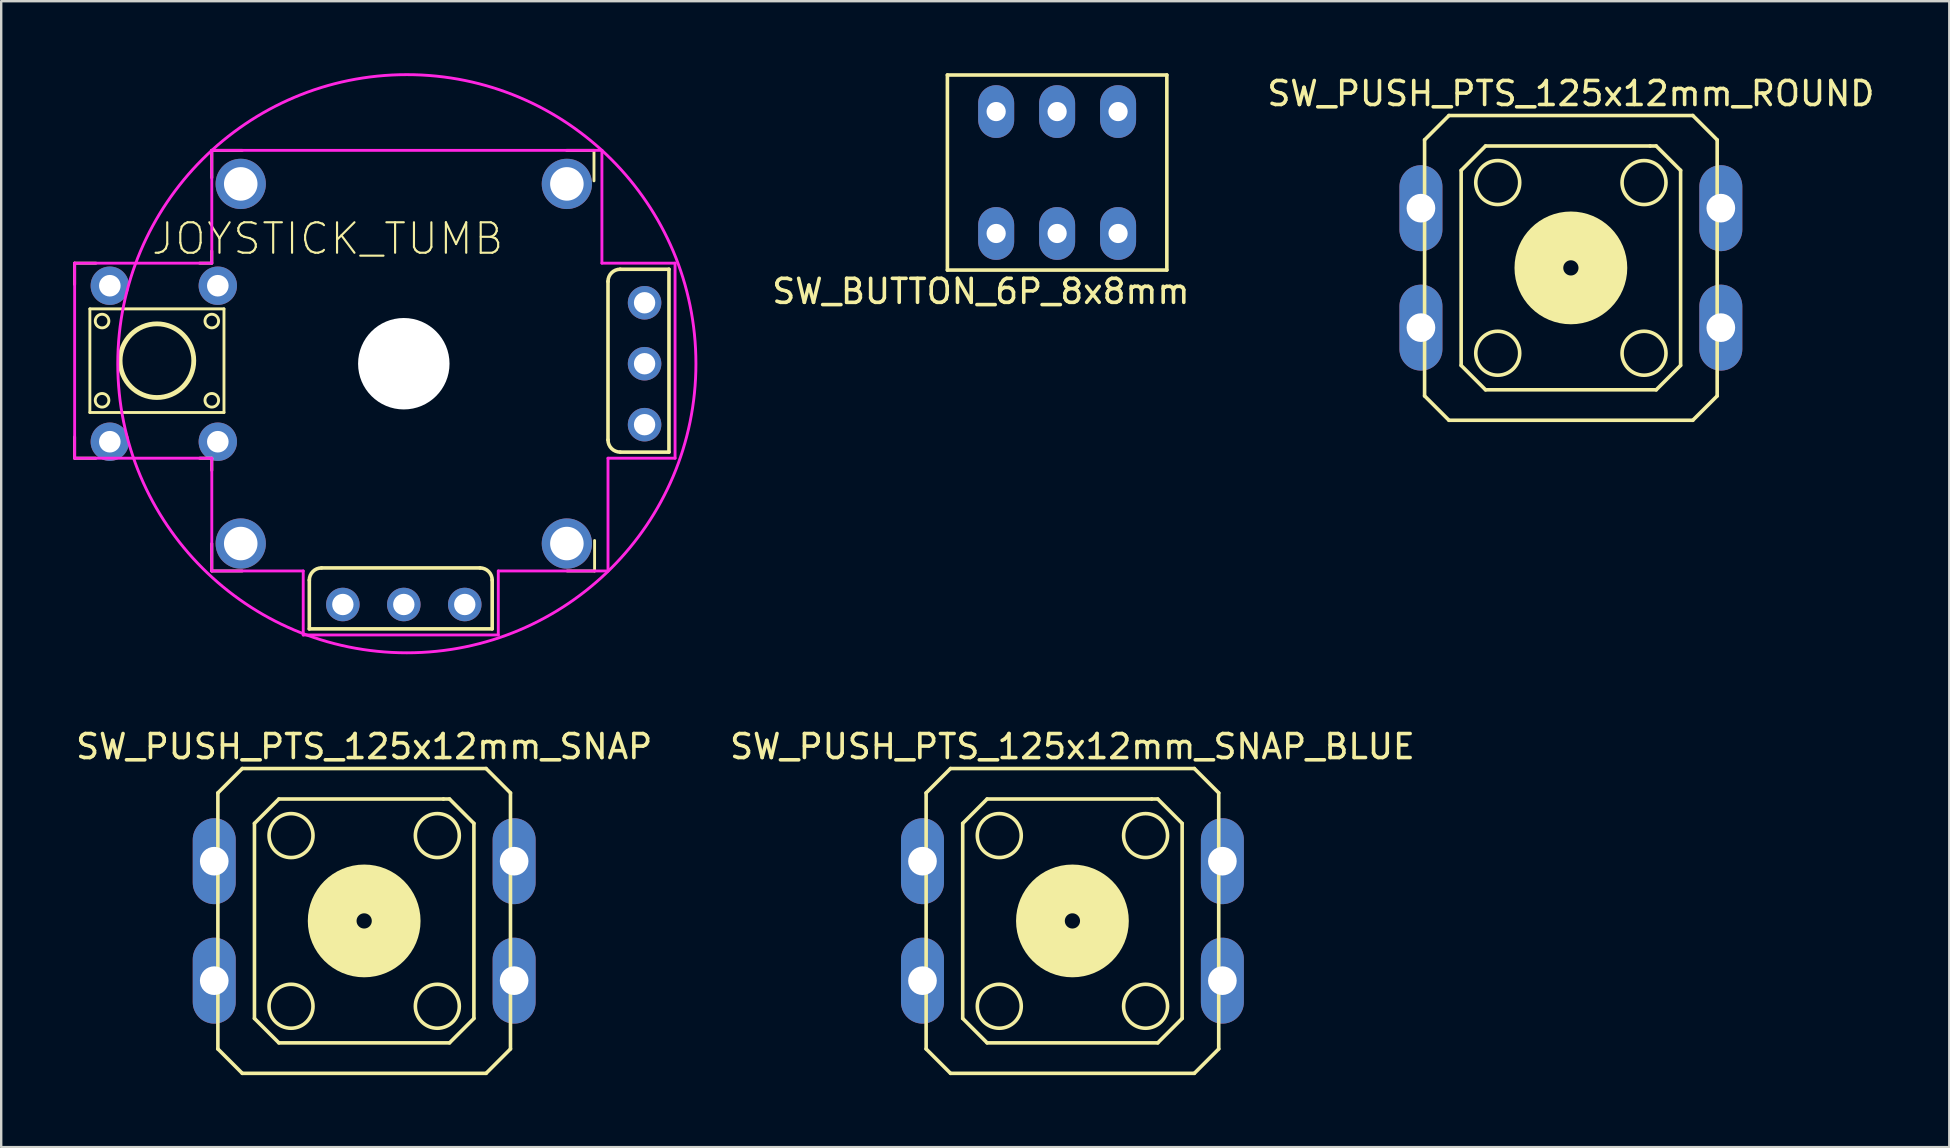
<source format=kicad_pcb>
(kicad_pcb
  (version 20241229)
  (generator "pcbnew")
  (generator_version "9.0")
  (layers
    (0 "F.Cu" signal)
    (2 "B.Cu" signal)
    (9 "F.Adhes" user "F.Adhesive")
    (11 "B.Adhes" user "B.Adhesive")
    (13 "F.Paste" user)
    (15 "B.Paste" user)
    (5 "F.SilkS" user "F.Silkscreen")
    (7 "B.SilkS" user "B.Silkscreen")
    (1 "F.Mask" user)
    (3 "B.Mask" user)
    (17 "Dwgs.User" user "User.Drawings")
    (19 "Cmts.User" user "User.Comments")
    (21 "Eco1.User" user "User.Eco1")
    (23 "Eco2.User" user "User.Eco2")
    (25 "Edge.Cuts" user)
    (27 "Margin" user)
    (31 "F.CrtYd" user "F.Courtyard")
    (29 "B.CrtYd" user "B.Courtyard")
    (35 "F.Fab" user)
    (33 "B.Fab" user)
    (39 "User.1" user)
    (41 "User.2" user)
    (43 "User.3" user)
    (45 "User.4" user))
  (footprint "SW_BUTTON_6P_8x8mm"
    (layer "F.Cu")
    (at 40.999 4.139)
    (property "Reference" "SW_BUTTON_6P_8x8mm" (at -3.175 4.953 0) (layer "F.SilkS") (effects (font (size 1 1) (thickness 0.15))))
    (attr through_hole)
    (fp_line (start -4.572 -4.064) (end 4.572 -4.064) (stroke (width 0.15) (type solid)) (layer "F.SilkS"))
    (fp_line (start -4.572 4.064) (end -4.572 -4.064) (stroke (width 0.15) (type solid)) (layer "F.SilkS"))
    (fp_line (start 4.572 -4.064) (end 4.572 4.064) (stroke (width 0.15) (type solid)) (layer "F.SilkS"))
    (fp_line (start 4.572 4.064) (end -4.572 4.064) (stroke (width 0.15) (type solid)) (layer "F.SilkS"))
    (pad "1" thru_hole oval (at -2.54 -2.54) (size 1.501 2.2) (drill 0.8) (layers "*.Cu" "*.Mask"))
    (pad "2" thru_hole oval (at 0 -2.54) (size 1.501 2.2) (drill 0.8) (layers "*.Cu" "*.Mask"))
    (pad "3" thru_hole oval (at 2.54 -2.54) (size 1.501 2.2) (drill 0.8) (layers "*.Cu" "*.Mask"))
    (pad "4" thru_hole oval (at -2.54 2.54) (size 1.501 2.2) (drill 0.8) (layers "*.Cu" "*.Mask"))
    (pad "5" thru_hole oval (at 0 2.54) (size 1.501 2.2) (drill 0.8) (layers "*.Cu" "*.Mask"))
    (pad "6" thru_hole oval (at 2.54 2.54) (size 1.501 2.2) (drill 0.8) (layers "*.Cu" "*.Mask")))
  (footprint "JOYSTICK_TUMB"
    (layer "F.Cu")
    (at 13.776 12.106)
    (property "Reference" "JOYSTICK_TUMB" (at -3.175 -5.207 180) (layer "F.SilkS") (effects (font (size 1.27 1.27) (thickness 0.089))))
    (attr through_hole)
    (fp_line (start -13.716 -4.191) (end -12.827 -4.191) (stroke (width 0.12) (type solid)) (layer "F.SilkS"))
    (fp_line (start -13.716 -3.302) (end -13.716 -4.191) (stroke (width 0.12) (type solid)) (layer "F.SilkS"))
    (fp_line (start -13.716 3.937) (end -13.716 3.048) (stroke (width 0.12) (type solid)) (layer "F.SilkS"))
    (fp_line (start -13.081 -2.286) (end -13.081 2.032) (stroke (width 0.12) (type solid)) (layer "F.SilkS"))
    (fp_line (start -13.081 2.032) (end -7.493 2.032) (stroke (width 0.12) (type solid)) (layer "F.SilkS"))
    (fp_line (start -12.827 3.937) (end -13.716 3.937) (stroke (width 0.12) (type solid)) (layer "F.SilkS"))
    (fp_line (start -8.509 -4.191) (end -8.001 -4.191) (stroke (width 0.12) (type solid)) (layer "F.SilkS"))
    (fp_line (start -8.509 3.937) (end -8.001 3.937) (stroke (width 0.12) (type solid)) (layer "F.SilkS"))
    (fp_line (start -8.001 -8.89) (end -8.001 -7.747) (stroke (width 0.12) (type solid)) (layer "F.SilkS"))
    (fp_line (start -8.001 -8.89) (end -6.731 -8.89) (stroke (width 0.12) (type solid)) (layer "F.SilkS"))
    (fp_line (start -8.001 -4.191) (end -8.001 -4.699) (stroke (width 0.12) (type solid)) (layer "F.SilkS"))
    (fp_line (start -8.001 3.937) (end -8.001 4.445) (stroke (width 0.12) (type solid)) (layer "F.SilkS"))
    (fp_line (start -8.001 8.636) (end -8.001 7.493) (stroke (width 0.12) (type solid)) (layer "F.SilkS"))
    (fp_line (start -7.493 -2.286) (end -13.081 -2.286) (stroke (width 0.12) (type solid)) (layer "F.SilkS"))
    (fp_line (start -7.493 2.032) (end -7.493 -2.286) (stroke (width 0.12) (type solid)) (layer "F.SilkS"))
    (fp_line (start -6.731 8.636) (end -8.001 8.636) (stroke (width 0.12) (type solid)) (layer "F.SilkS"))
    (fp_line (start -3.937 11.049) (end -3.937 9.017) (stroke (width 0.15) (type solid)) (layer "F.SilkS"))
    (fp_line (start -3.937 11.049) (end 3.683 11.049) (stroke (width 0.15) (type solid)) (layer "F.SilkS"))
    (fp_line (start 3.175 8.509) (end -3.429 8.509) (stroke (width 0.15) (type solid)) (layer "F.SilkS"))
    (fp_line (start 3.683 11.049) (end 3.683 9.017) (stroke (width 0.15) (type solid)) (layer "F.SilkS"))
    (fp_line (start 6.782 -8.89) (end 7.925 -8.89) (stroke (width 0.12) (type solid)) (layer "F.SilkS"))
    (fp_line (start 6.807 8.636) (end 7.95 8.636) (stroke (width 0.12) (type solid)) (layer "F.SilkS"))
    (fp_line (start 7.925 -8.89) (end 7.925 -7.62) (stroke (width 0.12) (type solid)) (layer "F.SilkS"))
    (fp_line (start 7.95 8.636) (end 7.95 7.366) (stroke (width 0.12) (type solid)) (layer "F.SilkS"))
    (fp_line (start 8.509 -3.429) (end 8.509 3.175) (stroke (width 0.15) (type solid)) (layer "F.SilkS"))
    (fp_line (start 11.049 -3.937) (end 9.017 -3.937) (stroke (width 0.15) (type solid)) (layer "F.SilkS"))
    (fp_line (start 11.049 3.683) (end 9.017 3.683) (stroke (width 0.15) (type solid)) (layer "F.SilkS"))
    (fp_line (start 11.049 3.683) (end 11.049 -3.937) (stroke (width 0.15) (type solid)) (layer "F.SilkS"))
    (fp_arc (start -3.937 9.017) (mid -3.78821 8.65779) (end -3.429 8.509) (stroke (width 0.15) (type solid)) (layer "F.SilkS"))
    (fp_arc (start 3.175 8.509) (mid 3.53421 8.65779) (end 3.683 9.017) (stroke (width 0.15) (type solid)) (layer "F.SilkS"))
    (fp_arc (start 8.509 -3.429) (mid 8.65779 -3.78821) (end 9.017 -3.937) (stroke (width 0.15) (type solid)) (layer "F.SilkS"))
    (fp_arc (start 9.017 3.683) (mid 8.65779 3.53421) (end 8.509 3.175) (stroke (width 0.15) (type solid)) (layer "F.SilkS"))
    (fp_circle (center -12.573 -1.778) (end -12.319 -1.651) (stroke (width 0.12) (type solid)) (fill no) (layer "F.SilkS"))
    (fp_circle (center -12.573 1.524) (end -12.319 1.651) (stroke (width 0.12) (type solid)) (fill no) (layer "F.SilkS"))
    (fp_circle (center -10.287 -0.127) (end -8.752 -0.127) (stroke (width 0.2) (type solid)) (fill no) (layer "F.SilkS"))
    (fp_circle (center -8.001 -1.778) (end -7.747 -1.651) (stroke (width 0.12) (type solid)) (fill no) (layer "F.SilkS"))
    (fp_circle (center -8.001 1.524) (end -7.747 1.651) (stroke (width 0.12) (type solid)) (fill no) (layer "F.SilkS"))
    (fp_line (start -13.716 -4.191) (end -8.001 -4.191) (stroke (width 0.12) (type solid)) (layer "F.CrtYd"))
    (fp_line (start -13.716 3.937) (end -13.716 -4.191) (stroke (width 0.12) (type solid)) (layer "F.CrtYd"))
    (fp_line (start -8.001 -8.89) (end 8.255 -8.89) (stroke (width 0.12) (type solid)) (layer "F.CrtYd"))
    (fp_line (start -8.001 -4.191) (end -8.001 -8.89) (stroke (width 0.12) (type solid)) (layer "F.CrtYd"))
    (fp_line (start -8.001 3.937) (end -13.716 3.937) (stroke (width 0.12) (type solid)) (layer "F.CrtYd"))
    (fp_line (start -8.001 8.636) (end -8.001 3.937) (stroke (width 0.12) (type solid)) (layer "F.CrtYd"))
    (fp_line (start -4.191 8.636) (end -8.001 8.636) (stroke (width 0.12) (type solid)) (layer "F.CrtYd"))
    (fp_line (start -4.191 11.303) (end -4.191 8.636) (stroke (width 0.12) (type solid)) (layer "F.CrtYd"))
    (fp_line (start 3.937 8.636) (end 3.937 11.303) (stroke (width 0.12) (type solid)) (layer "F.CrtYd"))
    (fp_line (start 3.937 11.303) (end -4.191 11.303) (stroke (width 0.12) (type solid)) (layer "F.CrtYd"))
    (fp_line (start 8.255 -8.89) (end 8.255 -4.191) (stroke (width 0.12) (type solid)) (layer "F.CrtYd"))
    (fp_line (start 8.255 -4.191) (end 11.303 -4.191) (stroke (width 0.12) (type solid)) (layer "F.CrtYd"))
    (fp_line (start 8.509 3.937) (end 8.509 8.636) (stroke (width 0.12) (type solid)) (layer "F.CrtYd"))
    (fp_line (start 8.509 8.636) (end 3.937 8.636) (stroke (width 0.12) (type solid)) (layer "F.CrtYd"))
    (fp_line (start 11.303 -4.191) (end 11.303 3.937) (stroke (width 0.12) (type solid)) (layer "F.CrtYd"))
    (fp_line (start 11.303 3.937) (end 8.509 3.937) (stroke (width 0.12) (type solid)) (layer "F.CrtYd"))
    (fp_circle (center 0.127 0) (end -8.001 -8.89) (stroke (width 0.12) (type solid)) (fill no) (layer "F.CrtYd"))
    (pad "" np_thru_hole circle (at 0 0 90) (size 3.81 3.81) (drill 3.81) (layers "*.Cu" "*.Mask"))
    (pad "1" thru_hole circle (at -2.54 10.033 90) (size 1.397 1.397) (drill 0.889) (layers "*.Cu" "*.Mask"))
    (pad "2" thru_hole circle (at 0 10.033 90) (size 1.397 1.397) (drill 0.889) (layers "*.Cu" "*.Mask"))
    (pad "3" thru_hole circle (at 2.54 10.033 90) (size 1.397 1.397) (drill 0.889) (layers "*.Cu" "*.Mask"))
    (pad "4" thru_hole circle (at 10.033 2.54 90) (size 1.397 1.397) (drill 0.889) (layers "*.Cu" "*.Mask"))
    (pad "5" thru_hole circle (at 10.033 0 90) (size 1.397 1.397) (drill 0.889) (layers "*.Cu" "*.Mask"))
    (pad "6" thru_hole circle (at 10.033 -2.54 90) (size 1.397 1.397) (drill 0.889) (layers "*.Cu" "*.Mask"))
    (pad "7" thru_hole circle (at -12.25 3.25 90) (size 1.6 1.6) (drill 0.899) (layers "*.Cu" "*.Mask"))
    (pad "7" thru_hole circle (at -7.75 3.25 90) (size 1.6 1.6) (drill 0.899) (layers "*.Cu" "*.Mask"))
    (pad "8" thru_hole circle (at -12.25 -3.25 90) (size 1.6 1.6) (drill 0.899) (layers "*.Cu" "*.Mask"))
    (pad "8" thru_hole circle (at -7.75 -3.25 90) (size 1.6 1.6) (drill 0.899) (layers "*.Cu" "*.Mask"))
    (pad "9" thru_hole circle (at -6.795 -7.493 90) (size 2.095 2.095) (drill 1.397) (layers "*.Cu" "*.Mask"))
    (pad "9" thru_hole circle (at -6.795 7.493 90) (size 2.095 2.095) (drill 1.397) (layers "*.Cu" "*.Mask"))
    (pad "9" thru_hole circle (at 6.795 -7.493 90) (size 2.095 2.095) (drill 1.397) (layers "*.Cu" "*.Mask"))
    (pad "9" thru_hole circle (at 6.795 7.493 90) (size 2.095 2.095) (drill 1.397) (layers "*.Cu" "*.Mask")))
  (footprint "SW_PUSH_PTS_125x12mm_SNAP"
    (layer "F.Cu")
    (at 12.125 35.324)
    (property "Reference" "SW_PUSH_PTS_125x12mm_SNAP" (at 0 -7.264 0) (layer "F.SilkS") (effects (font (size 1 1) (thickness 0.15))))
    (attr through_hole)
    (fp_line (start -6.096 -5.334) (end -6.096 5.334) (stroke (width 0.15) (type solid)) (layer "F.SilkS"))
    (fp_line (start -6.096 -5.334) (end -5.08 -6.35) (stroke (width 0.15) (type solid)) (layer "F.SilkS"))
    (fp_line (start -5.08 -6.35) (end 5.08 -6.35) (stroke (width 0.15) (type solid)) (layer "F.SilkS"))
    (fp_line (start -5.08 6.35) (end -6.096 5.334) (stroke (width 0.15) (type solid)) (layer "F.SilkS"))
    (fp_line (start -5.08 6.35) (end 5.08 6.35) (stroke (width 0.15) (type solid)) (layer "F.SilkS"))
    (fp_line (start -4.572 -4.064) (end -4.572 4.064) (stroke (width 0.15) (type solid)) (layer "F.SilkS"))
    (fp_line (start -4.572 -4.064) (end -3.556 -5.08) (stroke (width 0.15) (type solid)) (layer "F.SilkS"))
    (fp_line (start -4.572 4.064) (end -3.556 5.08) (stroke (width 0.15) (type solid)) (layer "F.SilkS"))
    (fp_line (start -3.556 -5.08) (end 3.302 -5.08) (stroke (width 0.15) (type solid)) (layer "F.SilkS"))
    (fp_line (start 3.302 -5.08) (end 3.556 -5.08) (stroke (width 0.15) (type solid)) (layer "F.SilkS"))
    (fp_line (start 3.556 -5.08) (end 4.572 -4.064) (stroke (width 0.15) (type solid)) (layer "F.SilkS"))
    (fp_line (start 3.556 5.08) (end -3.556 5.08) (stroke (width 0.15) (type solid)) (layer "F.SilkS"))
    (fp_line (start 4.572 4.064) (end 3.556 5.08) (stroke (width 0.15) (type solid)) (layer "F.SilkS"))
    (fp_line (start 4.572 4.064) (end 4.572 -4.064) (stroke (width 0.15) (type solid)) (layer "F.SilkS"))
    (fp_line (start 5.08 6.35) (end 6.096 5.334) (stroke (width 0.15) (type solid)) (layer "F.SilkS"))
    (fp_line (start 6.096 -5.334) (end 5.08 -6.35) (stroke (width 0.15) (type solid)) (layer "F.SilkS"))
    (fp_line (start 6.096 5.334) (end 6.096 -5.334) (stroke (width 0.15) (type solid)) (layer "F.SilkS"))
    (fp_circle (center -3.048 -3.556) (end -2.54 -2.794) (stroke (width 0.15) (type solid)) (fill no) (layer "F.SilkS"))
    (fp_circle (center -3.048 3.556) (end -2.286 3.048) (stroke (width 0.15) (type solid)) (fill no) (layer "F.SilkS"))
    (fp_circle (center 0 0) (end 1.333 0) (stroke (width 2.032) (type solid)) (fill no) (layer "F.SilkS"))
    (fp_circle (center 3.048 -3.556) (end 2.286 -3.048) (stroke (width 0.15) (type solid)) (fill no) (layer "F.SilkS"))
    (fp_circle (center 3.048 3.556) (end 2.286 3.048) (stroke (width 0.15) (type solid)) (fill no) (layer "F.SilkS"))
    (pad "1" thru_hole oval (at -6.248 -2.489) (size 1.791 3.581) (drill 1.194) (layers "*.Cu" "*.Mask"))
    (pad "2" thru_hole oval (at 6.248 -2.489) (size 1.791 3.581) (drill 1.194) (layers "*.Cu" "*.Mask"))
    (pad "3" thru_hole oval (at -6.248 2.489) (size 1.791 3.581) (drill 1.194) (layers "*.Cu" "*.Mask"))
    (pad "4" thru_hole oval (at 6.248 2.489) (size 1.791 3.581) (drill 1.194) (layers "*.Cu" "*.Mask")))
  (footprint "SW_PUSH_PTS_125x12mm_ROUND"
    (layer "F.Cu")
    (at 62.407 8.113)
    (property "Reference" "SW_PUSH_PTS_125x12mm_ROUND" (at 0 -7.264 0) (layer "F.SilkS") (effects (font (size 1 1) (thickness 0.15))))
    (attr through_hole)
    (fp_line (start -6.096 -5.334) (end -6.096 5.334) (stroke (width 0.15) (type solid)) (layer "F.SilkS"))
    (fp_line (start -6.096 -5.334) (end -5.08 -6.35) (stroke (width 0.15) (type solid)) (layer "F.SilkS"))
    (fp_line (start -5.08 -6.35) (end 5.08 -6.35) (stroke (width 0.15) (type solid)) (layer "F.SilkS"))
    (fp_line (start -5.08 6.35) (end -6.096 5.334) (stroke (width 0.15) (type solid)) (layer "F.SilkS"))
    (fp_line (start -5.08 6.35) (end 5.08 6.35) (stroke (width 0.15) (type solid)) (layer "F.SilkS"))
    (fp_line (start -4.572 -4.064) (end -4.572 4.064) (stroke (width 0.15) (type solid)) (layer "F.SilkS"))
    (fp_line (start -4.572 -4.064) (end -3.556 -5.08) (stroke (width 0.15) (type solid)) (layer "F.SilkS"))
    (fp_line (start -4.572 4.064) (end -3.556 5.08) (stroke (width 0.15) (type solid)) (layer "F.SilkS"))
    (fp_line (start -3.556 -5.08) (end 3.302 -5.08) (stroke (width 0.15) (type solid)) (layer "F.SilkS"))
    (fp_line (start 3.302 -5.08) (end 3.556 -5.08) (stroke (width 0.15) (type solid)) (layer "F.SilkS"))
    (fp_line (start 3.556 -5.08) (end 4.572 -4.064) (stroke (width 0.15) (type solid)) (layer "F.SilkS"))
    (fp_line (start 3.556 5.08) (end -3.556 5.08) (stroke (width 0.15) (type solid)) (layer "F.SilkS"))
    (fp_line (start 4.572 4.064) (end 3.556 5.08) (stroke (width 0.15) (type solid)) (layer "F.SilkS"))
    (fp_line (start 4.572 4.064) (end 4.572 -4.064) (stroke (width 0.15) (type solid)) (layer "F.SilkS"))
    (fp_line (start 5.08 6.35) (end 6.096 5.334) (stroke (width 0.15) (type solid)) (layer "F.SilkS"))
    (fp_line (start 6.096 -5.334) (end 5.08 -6.35) (stroke (width 0.15) (type solid)) (layer "F.SilkS"))
    (fp_line (start 6.096 5.334) (end 6.096 -5.334) (stroke (width 0.15) (type solid)) (layer "F.SilkS"))
    (fp_circle (center -3.048 -3.556) (end -2.54 -2.794) (stroke (width 0.15) (type solid)) (fill no) (layer "F.SilkS"))
    (fp_circle (center -3.048 3.556) (end -2.286 3.048) (stroke (width 0.15) (type solid)) (fill no) (layer "F.SilkS"))
    (fp_circle (center 0 0) (end 1.333 0) (stroke (width 2.032) (type solid)) (fill no) (layer "F.SilkS"))
    (fp_circle (center 3.048 -3.556) (end 2.286 -3.048) (stroke (width 0.15) (type solid)) (fill no) (layer "F.SilkS"))
    (fp_circle (center 3.048 3.556) (end 2.286 3.048) (stroke (width 0.15) (type solid)) (fill no) (layer "F.SilkS"))
    (pad "1" thru_hole oval (at -6.248 -2.489) (size 1.791 3.581) (drill 1.194) (layers "*.Cu" "*.Mask"))
    (pad "2" thru_hole oval (at 6.248 -2.489) (size 1.791 3.581) (drill 1.194) (layers "*.Cu" "*.Mask"))
    (pad "3" thru_hole oval (at -6.248 2.489) (size 1.791 3.581) (drill 1.194) (layers "*.Cu" "*.Mask"))
    (pad "4" thru_hole oval (at 6.248 2.489) (size 1.791 3.581) (drill 1.194) (layers "*.Cu" "*.Mask")))
  (footprint "SW_PUSH_PTS_125x12mm_SNAP_BLUE"
    (layer "F.Cu")
    (at 41.637 35.324)
    (property "Reference" "SW_PUSH_PTS_125x12mm_SNAP_BLUE" (at 0 -7.264 0) (layer "F.SilkS") (effects (font (size 1 1) (thickness 0.15))))
    (attr through_hole)
    (fp_line (start -6.096 -5.334) (end -6.096 5.334) (stroke (width 0.15) (type solid)) (layer "F.SilkS"))
    (fp_line (start -6.096 -5.334) (end -5.08 -6.35) (stroke (width 0.15) (type solid)) (layer "F.SilkS"))
    (fp_line (start -5.08 -6.35) (end 5.08 -6.35) (stroke (width 0.15) (type solid)) (layer "F.SilkS"))
    (fp_line (start -5.08 6.35) (end -6.096 5.334) (stroke (width 0.15) (type solid)) (layer "F.SilkS"))
    (fp_line (start -5.08 6.35) (end 5.08 6.35) (stroke (width 0.15) (type solid)) (layer "F.SilkS"))
    (fp_line (start -4.572 -4.064) (end -4.572 4.064) (stroke (width 0.15) (type solid)) (layer "F.SilkS"))
    (fp_line (start -4.572 -4.064) (end -3.556 -5.08) (stroke (width 0.15) (type solid)) (layer "F.SilkS"))
    (fp_line (start -4.572 4.064) (end -3.556 5.08) (stroke (width 0.15) (type solid)) (layer "F.SilkS"))
    (fp_line (start -3.556 -5.08) (end 3.302 -5.08) (stroke (width 0.15) (type solid)) (layer "F.SilkS"))
    (fp_line (start 3.302 -5.08) (end 3.556 -5.08) (stroke (width 0.15) (type solid)) (layer "F.SilkS"))
    (fp_line (start 3.556 -5.08) (end 4.572 -4.064) (stroke (width 0.15) (type solid)) (layer "F.SilkS"))
    (fp_line (start 3.556 5.08) (end -3.556 5.08) (stroke (width 0.15) (type solid)) (layer "F.SilkS"))
    (fp_line (start 4.572 4.064) (end 3.556 5.08) (stroke (width 0.15) (type solid)) (layer "F.SilkS"))
    (fp_line (start 4.572 4.064) (end 4.572 -4.064) (stroke (width 0.15) (type solid)) (layer "F.SilkS"))
    (fp_line (start 5.08 6.35) (end 6.096 5.334) (stroke (width 0.15) (type solid)) (layer "F.SilkS"))
    (fp_line (start 6.096 -5.334) (end 5.08 -6.35) (stroke (width 0.15) (type solid)) (layer "F.SilkS"))
    (fp_line (start 6.096 5.334) (end 6.096 -5.334) (stroke (width 0.15) (type solid)) (layer "F.SilkS"))
    (fp_circle (center -3.048 -3.556) (end -2.54 -2.794) (stroke (width 0.15) (type solid)) (fill no) (layer "F.SilkS"))
    (fp_circle (center -3.048 3.556) (end -2.286 3.048) (stroke (width 0.15) (type solid)) (fill no) (layer "F.SilkS"))
    (fp_circle (center 0 0) (end 1.333 0) (stroke (width 2.032) (type solid)) (fill no) (layer "F.SilkS"))
    (fp_circle (center 3.048 -3.556) (end 2.286 -3.048) (stroke (width 0.15) (type solid)) (fill no) (layer "F.SilkS"))
    (fp_circle (center 3.048 3.556) (end 2.286 3.048) (stroke (width 0.15) (type solid)) (fill no) (layer "F.SilkS"))
    (pad "1" thru_hole oval (at -6.248 -2.489) (size 1.791 3.581) (drill 1.194) (layers "*.Cu" "*.Mask"))
    (pad "2" thru_hole oval (at 6.248 -2.489) (size 1.791 3.581) (drill 1.194) (layers "*.Cu" "*.Mask"))
    (pad "3" thru_hole oval (at -6.248 2.489) (size 1.791 3.581) (drill 1.194) (layers "*.Cu" "*.Mask"))
    (pad "4" thru_hole oval (at 6.248 2.489) (size 1.791 3.581) (drill 1.194) (layers "*.Cu" "*.Mask")))
  (gr_rect
    (start -3 -3)
    (end 78.175 44.749)
    (stroke (width 0.1) (type default))
    (fill no)
    (layer "Edge.Cuts")))
</source>
